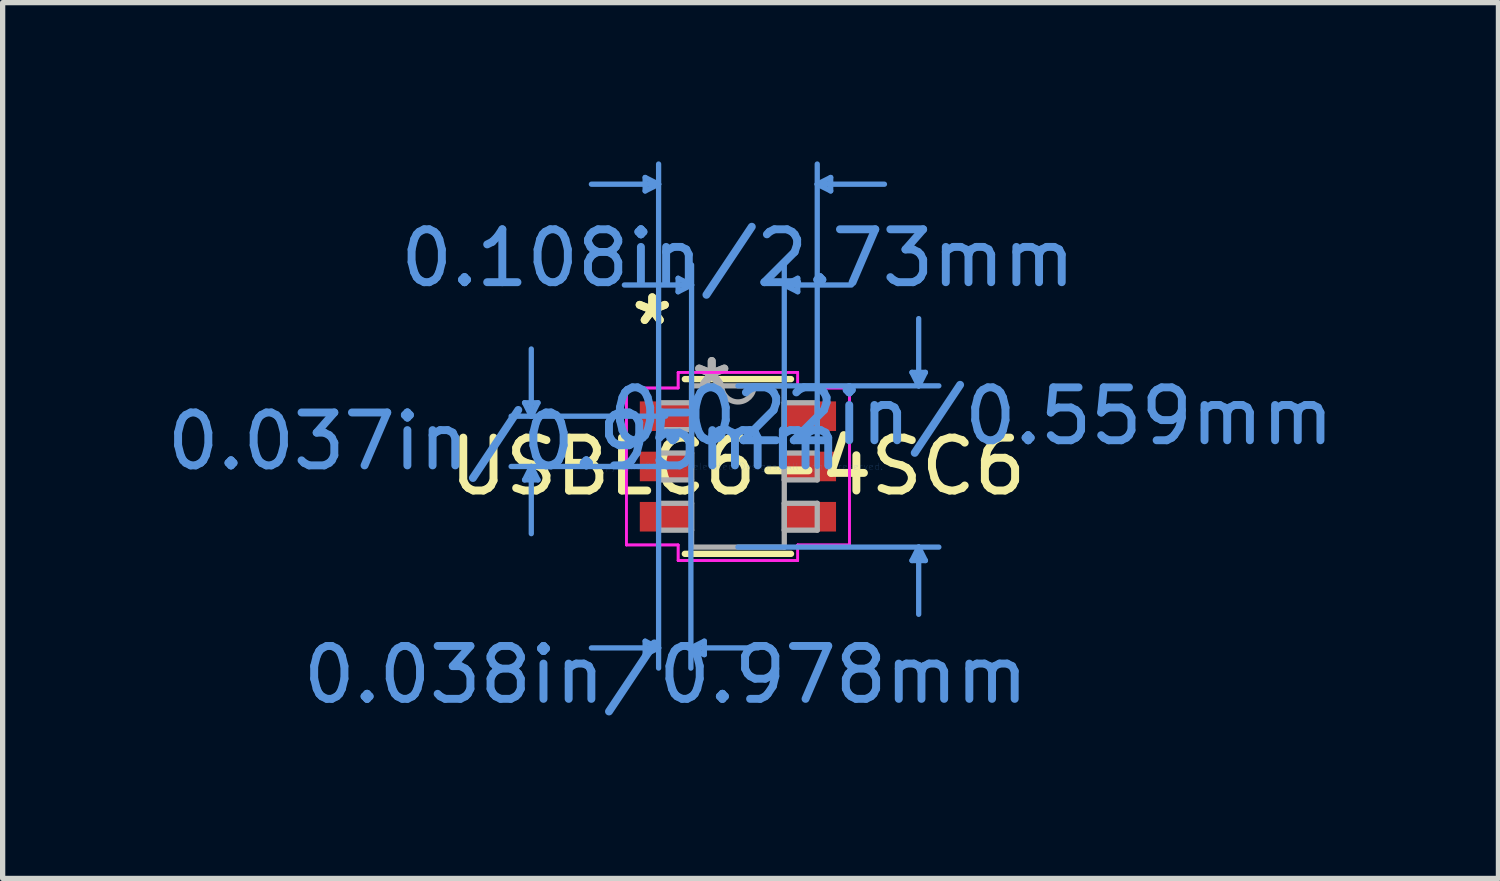
<source format=kicad_pcb>
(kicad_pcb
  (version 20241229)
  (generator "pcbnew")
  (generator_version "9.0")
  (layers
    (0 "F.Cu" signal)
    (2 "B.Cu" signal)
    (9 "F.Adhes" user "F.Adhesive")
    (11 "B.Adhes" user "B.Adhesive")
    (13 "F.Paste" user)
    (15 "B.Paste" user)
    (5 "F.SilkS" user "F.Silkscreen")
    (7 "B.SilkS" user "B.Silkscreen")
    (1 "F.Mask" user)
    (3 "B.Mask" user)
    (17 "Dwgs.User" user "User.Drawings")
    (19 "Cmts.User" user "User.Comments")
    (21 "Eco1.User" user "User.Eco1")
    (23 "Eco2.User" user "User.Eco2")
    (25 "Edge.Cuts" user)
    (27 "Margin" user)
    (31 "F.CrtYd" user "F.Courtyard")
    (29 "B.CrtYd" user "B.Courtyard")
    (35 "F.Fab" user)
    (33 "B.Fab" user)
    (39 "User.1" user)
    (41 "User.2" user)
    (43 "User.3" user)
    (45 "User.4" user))
  (footprint "USBLC6-4SC6"
    (layer "F.Cu")
    (at 10.895 5.765)
    (property "Reference" "USBLC6-4SC6" (at 0 0 0) (layer "F.SilkS") (effects (font (size 1 1) (thickness 0.15))))
    (attr through_hole)
    (fp_line (start -1.003 1.651) (end 1.003 1.651) (stroke (width 0.12) (type solid)) (layer "F.SilkS"))
    (fp_line (start 1.003 -1.651) (end -1.003 -1.651) (stroke (width 0.12) (type solid)) (layer "F.SilkS"))
    (fp_line (start -4.032 -1.204) (end -3.778 -1.204) (stroke (width 0.1) (type solid)) (layer "Cmts.User"))
    (fp_line (start -4.032 0.254) (end -3.778 0.254) (stroke (width 0.1) (type solid)) (layer "Cmts.User"))
    (fp_line (start -3.905 -0.95) (end -4.032 -1.204) (stroke (width 0.1) (type solid)) (layer "Cmts.User"))
    (fp_line (start -3.905 -0.95) (end -3.905 -2.22) (stroke (width 0.1) (type solid)) (layer "Cmts.User"))
    (fp_line (start -3.905 -0.95) (end -3.778 -1.204) (stroke (width 0.1) (type solid)) (layer "Cmts.User"))
    (fp_line (start -3.905 0) (end -4.032 0.254) (stroke (width 0.1) (type solid)) (layer "Cmts.User"))
    (fp_line (start -3.905 0) (end -3.905 1.27) (stroke (width 0.1) (type solid)) (layer "Cmts.User"))
    (fp_line (start -3.905 0) (end -3.778 0.254) (stroke (width 0.1) (type solid)) (layer "Cmts.User"))
    (fp_line (start -1.753 -5.461) (end -1.753 -5.207) (stroke (width 0.1) (type solid)) (layer "Cmts.User"))
    (fp_line (start -1.753 3.302) (end -1.753 3.556) (stroke (width 0.1) (type solid)) (layer "Cmts.User"))
    (fp_line (start -1.499 -5.334) (end -2.769 -5.334) (stroke (width 0.1) (type solid)) (layer "Cmts.User"))
    (fp_line (start -1.499 -5.334) (end -1.753 -5.461) (stroke (width 0.1) (type solid)) (layer "Cmts.User"))
    (fp_line (start -1.499 -5.334) (end -1.753 -5.207) (stroke (width 0.1) (type solid)) (layer "Cmts.User"))
    (fp_line (start -1.499 0) (end -1.499 -5.715) (stroke (width 0.1) (type solid)) (layer "Cmts.User"))
    (fp_line (start -1.499 0) (end -1.499 3.81) (stroke (width 0.1) (type solid)) (layer "Cmts.User"))
    (fp_line (start -1.499 3.429) (end -2.769 3.429) (stroke (width 0.1) (type solid)) (layer "Cmts.User"))
    (fp_line (start -1.499 3.429) (end -1.753 3.302) (stroke (width 0.1) (type solid)) (layer "Cmts.User"))
    (fp_line (start -1.499 3.429) (end -1.753 3.556) (stroke (width 0.1) (type solid)) (layer "Cmts.User"))
    (fp_line (start -1.365 -0.95) (end -4.286 -0.95) (stroke (width 0.1) (type solid)) (layer "Cmts.User"))
    (fp_line (start -1.365 0) (end -4.286 0) (stroke (width 0.1) (type solid)) (layer "Cmts.User"))
    (fp_line (start -1.13 -3.556) (end -1.13 -3.302) (stroke (width 0.1) (type solid)) (layer "Cmts.User"))
    (fp_line (start -0.889 0) (end -0.889 3.81) (stroke (width 0.1) (type solid)) (layer "Cmts.User"))
    (fp_line (start -0.889 3.429) (end -0.635 3.302) (stroke (width 0.1) (type solid)) (layer "Cmts.User"))
    (fp_line (start -0.889 3.429) (end -0.635 3.556) (stroke (width 0.1) (type solid)) (layer "Cmts.User"))
    (fp_line (start -0.889 3.429) (end 0.381 3.429) (stroke (width 0.1) (type solid)) (layer "Cmts.User"))
    (fp_line (start -0.876 -3.429) (end -2.146 -3.429) (stroke (width 0.1) (type solid)) (layer "Cmts.User"))
    (fp_line (start -0.876 -3.429) (end -1.13 -3.556) (stroke (width 0.1) (type solid)) (layer "Cmts.User"))
    (fp_line (start -0.876 -3.429) (end -1.13 -3.302) (stroke (width 0.1) (type solid)) (layer "Cmts.User"))
    (fp_line (start -0.876 0) (end -0.876 -3.81) (stroke (width 0.1) (type solid)) (layer "Cmts.User"))
    (fp_line (start -0.635 3.302) (end -0.635 3.556) (stroke (width 0.1) (type solid)) (layer "Cmts.User"))
    (fp_line (start 0 -1.524) (end 3.797 -1.524) (stroke (width 0.1) (type solid)) (layer "Cmts.User"))
    (fp_line (start 0 1.524) (end 3.797 1.524) (stroke (width 0.1) (type solid)) (layer "Cmts.User"))
    (fp_line (start 0.876 -3.429) (end 1.13 -3.556) (stroke (width 0.1) (type solid)) (layer "Cmts.User"))
    (fp_line (start 0.876 -3.429) (end 1.13 -3.302) (stroke (width 0.1) (type solid)) (layer "Cmts.User"))
    (fp_line (start 0.876 -3.429) (end 2.146 -3.429) (stroke (width 0.1) (type solid)) (layer "Cmts.User"))
    (fp_line (start 0.876 0) (end 0.876 -3.81) (stroke (width 0.1) (type solid)) (layer "Cmts.User"))
    (fp_line (start 1.13 -3.556) (end 1.13 -3.302) (stroke (width 0.1) (type solid)) (layer "Cmts.User"))
    (fp_line (start 1.499 -5.334) (end 1.753 -5.461) (stroke (width 0.1) (type solid)) (layer "Cmts.User"))
    (fp_line (start 1.499 -5.334) (end 1.753 -5.207) (stroke (width 0.1) (type solid)) (layer "Cmts.User"))
    (fp_line (start 1.499 -5.334) (end 2.769 -5.334) (stroke (width 0.1) (type solid)) (layer "Cmts.User"))
    (fp_line (start 1.499 0) (end 1.499 -5.715) (stroke (width 0.1) (type solid)) (layer "Cmts.User"))
    (fp_line (start 1.753 -5.461) (end 1.753 -5.207) (stroke (width 0.1) (type solid)) (layer "Cmts.User"))
    (fp_line (start 3.289 -1.778) (end 3.543 -1.778) (stroke (width 0.1) (type solid)) (layer "Cmts.User"))
    (fp_line (start 3.289 1.778) (end 3.543 1.778) (stroke (width 0.1) (type solid)) (layer "Cmts.User"))
    (fp_line (start 3.416 -1.524) (end 3.289 -1.778) (stroke (width 0.1) (type solid)) (layer "Cmts.User"))
    (fp_line (start 3.416 -1.524) (end 3.416 -2.794) (stroke (width 0.1) (type solid)) (layer "Cmts.User"))
    (fp_line (start 3.416 -1.524) (end 3.543 -1.778) (stroke (width 0.1) (type solid)) (layer "Cmts.User"))
    (fp_line (start 3.416 1.524) (end 3.289 1.778) (stroke (width 0.1) (type solid)) (layer "Cmts.User"))
    (fp_line (start 3.416 1.524) (end 3.416 2.794) (stroke (width 0.1) (type solid)) (layer "Cmts.User"))
    (fp_line (start 3.416 1.524) (end 3.543 1.778) (stroke (width 0.1) (type solid)) (layer "Cmts.User"))
    (fp_line (start -2.108 -1.483) (end -1.13 -1.483) (stroke (width 0.05) (type solid)) (layer "F.CrtYd"))
    (fp_line (start -2.108 -1.483) (end -1.13 -1.483) (stroke (width 0.05) (type solid)) (layer "F.CrtYd"))
    (fp_line (start -2.108 1.483) (end -2.108 -1.483) (stroke (width 0.05) (type solid)) (layer "F.CrtYd"))
    (fp_line (start -2.108 1.483) (end -2.108 -1.483) (stroke (width 0.05) (type solid)) (layer "F.CrtYd"))
    (fp_line (start -2.108 1.483) (end -1.13 1.483) (stroke (width 0.05) (type solid)) (layer "F.CrtYd"))
    (fp_line (start -1.13 -1.778) (end 1.13 -1.778) (stroke (width 0.05) (type solid)) (layer "F.CrtYd"))
    (fp_line (start -1.13 -1.778) (end 1.13 -1.778) (stroke (width 0.05) (type solid)) (layer "F.CrtYd"))
    (fp_line (start -1.13 -1.483) (end -1.13 -1.778) (stroke (width 0.05) (type solid)) (layer "F.CrtYd"))
    (fp_line (start -1.13 -1.483) (end -1.13 -1.778) (stroke (width 0.05) (type solid)) (layer "F.CrtYd"))
    (fp_line (start -1.13 1.483) (end -2.108 1.483) (stroke (width 0.05) (type solid)) (layer "F.CrtYd"))
    (fp_line (start -1.13 1.778) (end -1.13 1.483) (stroke (width 0.05) (type solid)) (layer "F.CrtYd"))
    (fp_line (start -1.13 1.778) (end -1.13 1.483) (stroke (width 0.05) (type solid)) (layer "F.CrtYd"))
    (fp_line (start 1.13 -1.778) (end 1.13 -1.483) (stroke (width 0.05) (type solid)) (layer "F.CrtYd"))
    (fp_line (start 1.13 -1.778) (end 1.13 -1.483) (stroke (width 0.05) (type solid)) (layer "F.CrtYd"))
    (fp_line (start 1.13 -1.483) (end 2.108 -1.483) (stroke (width 0.05) (type solid)) (layer "F.CrtYd"))
    (fp_line (start 1.13 1.483) (end 1.13 1.778) (stroke (width 0.05) (type solid)) (layer "F.CrtYd"))
    (fp_line (start 1.13 1.483) (end 1.13 1.778) (stroke (width 0.05) (type solid)) (layer "F.CrtYd"))
    (fp_line (start 1.13 1.778) (end -1.13 1.778) (stroke (width 0.05) (type solid)) (layer "F.CrtYd"))
    (fp_line (start 1.13 1.778) (end -1.13 1.778) (stroke (width 0.05) (type solid)) (layer "F.CrtYd"))
    (fp_line (start 2.108 -1.483) (end 1.13 -1.483) (stroke (width 0.05) (type solid)) (layer "F.CrtYd"))
    (fp_line (start 2.108 -1.483) (end 2.108 1.483) (stroke (width 0.05) (type solid)) (layer "F.CrtYd"))
    (fp_line (start 2.108 -1.483) (end 2.108 1.483) (stroke (width 0.05) (type solid)) (layer "F.CrtYd"))
    (fp_line (start 2.108 1.483) (end 1.13 1.483) (stroke (width 0.05) (type solid)) (layer "F.CrtYd"))
    (fp_line (start 2.108 1.483) (end 1.13 1.483) (stroke (width 0.05) (type solid)) (layer "F.CrtYd"))
    (fp_line (start -1.499 -1.204) (end -1.499 -0.696) (stroke (width 0.1) (type solid)) (layer "F.Fab"))
    (fp_line (start -1.499 -0.696) (end -0.876 -0.696) (stroke (width 0.1) (type solid)) (layer "F.Fab"))
    (fp_line (start -1.499 -0.254) (end -1.499 0.254) (stroke (width 0.1) (type solid)) (layer "F.Fab"))
    (fp_line (start -1.499 0.254) (end -0.876 0.254) (stroke (width 0.1) (type solid)) (layer "F.Fab"))
    (fp_line (start -1.499 0.696) (end -1.499 1.204) (stroke (width 0.1) (type solid)) (layer "F.Fab"))
    (fp_line (start -1.499 1.204) (end -0.876 1.204) (stroke (width 0.1) (type solid)) (layer "F.Fab"))
    (fp_line (start -0.876 -1.524) (end -0.876 1.524) (stroke (width 0.1) (type solid)) (layer "F.Fab"))
    (fp_line (start -0.876 -1.204) (end -1.499 -1.204) (stroke (width 0.1) (type solid)) (layer "F.Fab"))
    (fp_line (start -0.876 -0.696) (end -0.876 -1.204) (stroke (width 0.1) (type solid)) (layer "F.Fab"))
    (fp_line (start -0.876 -0.254) (end -1.499 -0.254) (stroke (width 0.1) (type solid)) (layer "F.Fab"))
    (fp_line (start -0.876 0.254) (end -0.876 -0.254) (stroke (width 0.1) (type solid)) (layer "F.Fab"))
    (fp_line (start -0.876 0.696) (end -1.499 0.696) (stroke (width 0.1) (type solid)) (layer "F.Fab"))
    (fp_line (start -0.876 1.204) (end -0.876 0.696) (stroke (width 0.1) (type solid)) (layer "F.Fab"))
    (fp_line (start -0.876 1.524) (end 0.876 1.524) (stroke (width 0.1) (type solid)) (layer "F.Fab"))
    (fp_line (start 0.876 -1.524) (end -0.876 -1.524) (stroke (width 0.1) (type solid)) (layer "F.Fab"))
    (fp_line (start 0.876 -1.204) (end 0.876 -0.696) (stroke (width 0.1) (type solid)) (layer "F.Fab"))
    (fp_line (start 0.876 -0.696) (end 1.499 -0.696) (stroke (width 0.1) (type solid)) (layer "F.Fab"))
    (fp_line (start 0.876 -0.254) (end 0.876 0.254) (stroke (width 0.1) (type solid)) (layer "F.Fab"))
    (fp_line (start 0.876 0.254) (end 1.499 0.254) (stroke (width 0.1) (type solid)) (layer "F.Fab"))
    (fp_line (start 0.876 0.696) (end 0.876 1.204) (stroke (width 0.1) (type solid)) (layer "F.Fab"))
    (fp_line (start 0.876 1.204) (end 1.499 1.204) (stroke (width 0.1) (type solid)) (layer "F.Fab"))
    (fp_line (start 0.876 1.524) (end 0.876 -1.524) (stroke (width 0.1) (type solid)) (layer "F.Fab"))
    (fp_line (start 1.499 -1.204) (end 0.876 -1.204) (stroke (width 0.1) (type solid)) (layer "F.Fab"))
    (fp_line (start 1.499 -0.696) (end 1.499 -1.204) (stroke (width 0.1) (type solid)) (layer "F.Fab"))
    (fp_line (start 1.499 -0.254) (end 0.876 -0.254) (stroke (width 0.1) (type solid)) (layer "F.Fab"))
    (fp_line (start 1.499 0.254) (end 1.499 -0.254) (stroke (width 0.1) (type solid)) (layer "F.Fab"))
    (fp_line (start 1.499 0.696) (end 0.876 0.696) (stroke (width 0.1) (type solid)) (layer "F.Fab"))
    (fp_line (start 1.499 1.204) (end 1.499 0.696) (stroke (width 0.1) (type solid)) (layer "F.Fab"))
    (fp_arc (start 0.3048 -1.524) (mid 0 -1.2192) (end -0.3048 -1.524) (stroke (width 0.1) (type solid)) (layer "F.Fab"))
    (fp_text user "*" (at -1.619 -2.652 0) (layer "F.SilkS") (effects (font (size 1 1) (thickness 0.15))))
    (fp_text user "*" (at -1.619 -2.652 0) (layer "F.SilkS") (effects (font (size 1 1) (thickness 0.15))))
    (fp_text user "0.108in/2.73mm" (at 0 -3.937 0) (layer "Cmts.User") (effects (font (size 1 1) (thickness 0.15))))
    (fp_text user "Copyright 2021 Accelerated Designs. All rights reserved." (at 0 0 0) (layer "Cmts.User") (effects (font (size 0.127 0.127) (thickness 0.002))))
    (fp_text user "0.022in/0.559mm" (at 4.413 -0.95 0) (layer "Cmts.User") (effects (font (size 1 1) (thickness 0.15))))
    (fp_text user "0.038in/0.978mm" (at -1.365 3.937 0) (layer "Cmts.User") (effects (font (size 1 1) (thickness 0.15))))
    (fp_text user "0.037in/0.95mm" (at -4.413 -0.475 0) (layer "Cmts.User") (effects (font (size 1 1) (thickness 0.15))))
    (fp_text user "*" (at -0.495 -1.448 0) (layer "F.Fab") (effects (font (size 1 1) (thickness 0.15))))
    (fp_text user "*" (at -0.495 -1.448 0) (layer "F.Fab") (effects (font (size 1 1) (thickness 0.15))))
    (pad "1" smd rect (at -1.365 -0.95) (size 0.978 0.559) (layers "F.Cu" "F.Mask" "F.Paste"))
    (pad "2" smd rect (at -1.365 0) (size 0.978 0.559) (layers "F.Cu" "F.Mask" "F.Paste"))
    (pad "3" smd rect (at -1.365 0.95) (size 0.978 0.559) (layers "F.Cu" "F.Mask" "F.Paste"))
    (pad "4" smd rect (at 1.365 0.95) (size 0.978 0.559) (layers "F.Cu" "F.Mask" "F.Paste"))
    (pad "5" smd rect (at 1.365 0) (size 0.978 0.559) (layers "F.Cu" "F.Mask" "F.Paste"))
    (pad "6" smd rect (at 1.365 -0.95) (size 0.978 0.559) (layers "F.Cu" "F.Mask" "F.Paste")))
  (gr_rect
    (start -3 -3)
    (end 25.267 13.55)
    (stroke (width 0.1) (type default))
    (fill no)
    (layer "Edge.Cuts")))
</source>
